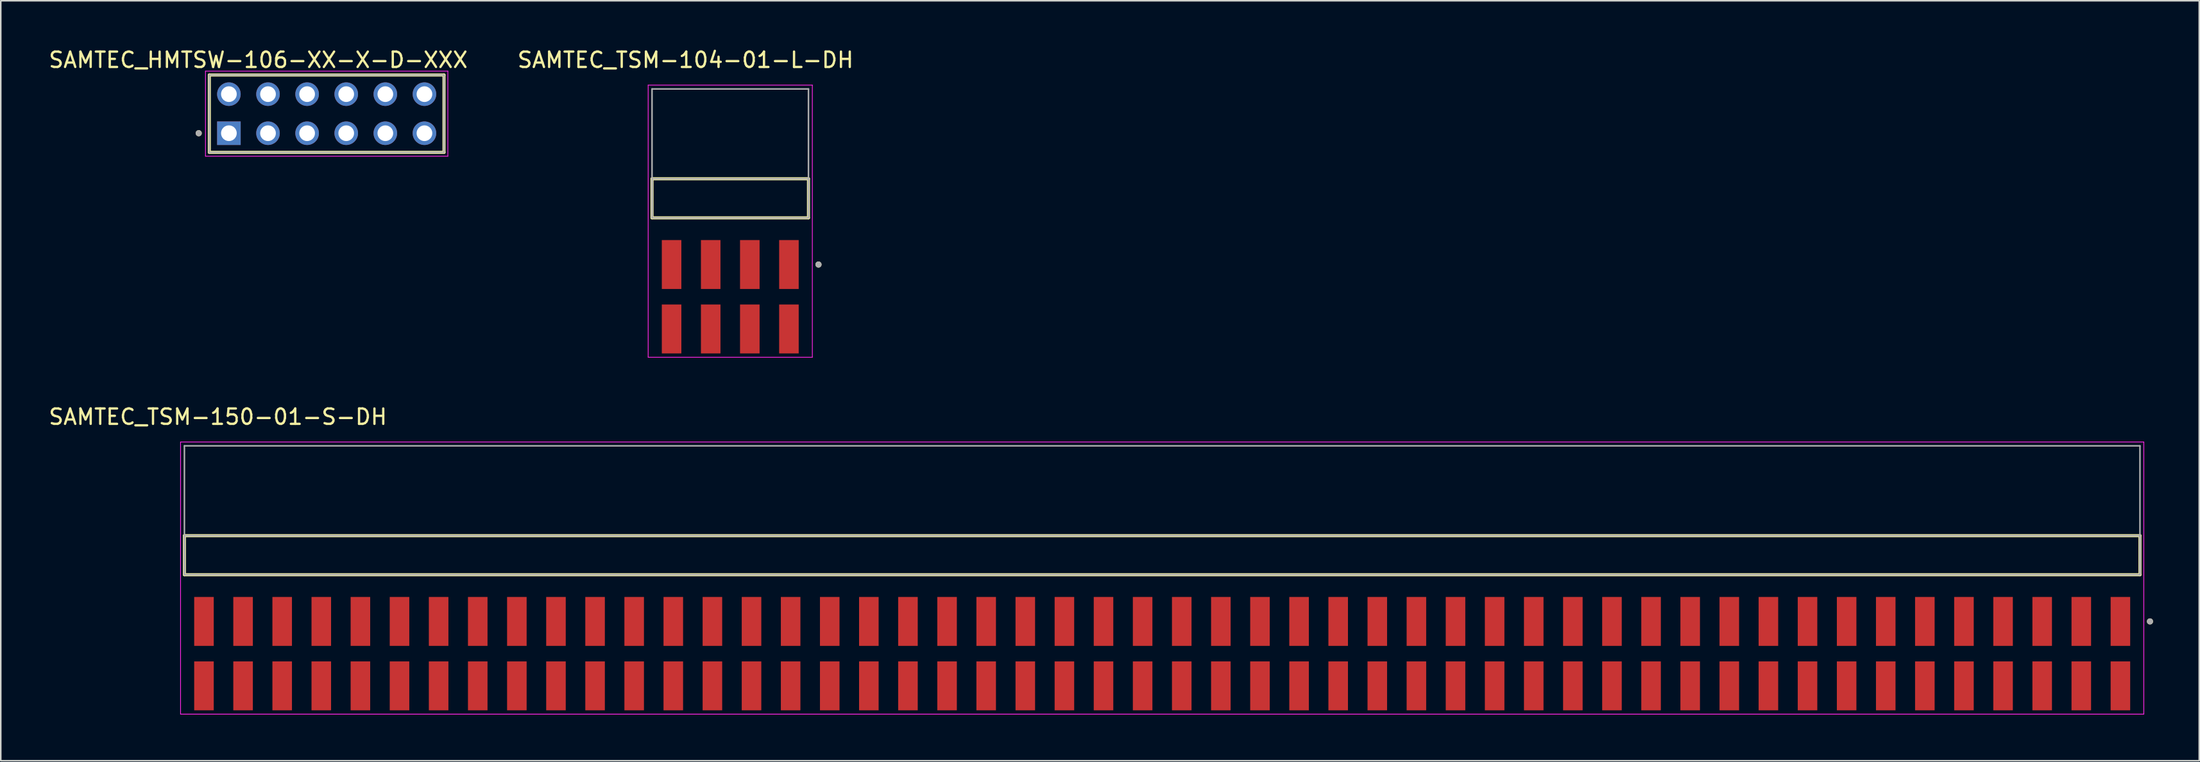
<source format=kicad_pcb>
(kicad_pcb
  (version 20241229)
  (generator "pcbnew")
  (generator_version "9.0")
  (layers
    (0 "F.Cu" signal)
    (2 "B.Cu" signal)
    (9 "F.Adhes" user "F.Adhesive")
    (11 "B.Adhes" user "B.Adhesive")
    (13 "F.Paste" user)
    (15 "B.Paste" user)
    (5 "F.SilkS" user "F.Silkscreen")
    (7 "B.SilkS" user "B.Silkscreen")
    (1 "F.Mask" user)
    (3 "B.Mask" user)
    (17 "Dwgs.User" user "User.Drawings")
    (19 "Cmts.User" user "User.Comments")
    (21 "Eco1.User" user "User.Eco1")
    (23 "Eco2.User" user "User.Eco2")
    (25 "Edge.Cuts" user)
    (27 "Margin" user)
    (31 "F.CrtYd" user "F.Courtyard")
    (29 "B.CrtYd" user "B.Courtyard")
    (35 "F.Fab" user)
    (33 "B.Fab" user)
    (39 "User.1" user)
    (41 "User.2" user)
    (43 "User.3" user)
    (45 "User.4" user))
  (footprint "SAMTEC_TSM-150-01-S-DH"
    (layer "F.Cu")
    (at 72.426 33.047)
    (property "Reference" "SAMTEC_TSM-150-01-S-DH" (at -61.325 -8.995 0) (layer "F.SilkS") (effects (font (size 1 1) (thickness 0.15))))
    (attr smd)
    (fp_line (start -63.5 1.27) (end -63.5 -1.27) (stroke (width 0.2) (type solid)) (layer "F.SilkS"))
    (fp_line (start 63.5 -1.27) (end -63.5 -1.27) (stroke (width 0.2) (type solid)) (layer "F.SilkS"))
    (fp_line (start 63.5 -1.27) (end 63.5 1.27) (stroke (width 0.2) (type solid)) (layer "F.SilkS"))
    (fp_line (start 63.5 1.27) (end -63.5 1.27) (stroke (width 0.2) (type solid)) (layer "F.SilkS"))
    (fp_circle (center 64.15 4.305) (end 64.25 4.305) (stroke (width 0.2) (type solid)) (fill no) (layer "F.SilkS"))
    (fp_line (start -63.75 -7.36) (end 63.75 -7.36) (stroke (width 0.05) (type solid)) (layer "F.CrtYd"))
    (fp_line (start -63.75 10.335) (end -63.75 -7.36) (stroke (width 0.05) (type solid)) (layer "F.CrtYd"))
    (fp_line (start 63.75 -7.36) (end 63.75 10.335) (stroke (width 0.05) (type solid)) (layer "F.CrtYd"))
    (fp_line (start 63.75 10.335) (end -63.75 10.335) (stroke (width 0.05) (type solid)) (layer "F.CrtYd"))
    (fp_line (start -63.5 -7.11) (end 63.5 -7.11) (stroke (width 0.1) (type solid)) (layer "F.Fab"))
    (fp_line (start -63.5 -1.27) (end 63.5 -1.27) (stroke (width 0.1) (type solid)) (layer "F.Fab"))
    (fp_line (start -63.5 1.27) (end -63.5 -7.11) (stroke (width 0.1) (type solid)) (layer "F.Fab"))
    (fp_line (start -63.5 1.27) (end -63.5 -1.27) (stroke (width 0.1) (type solid)) (layer "F.Fab"))
    (fp_line (start 63.5 -7.11) (end 63.5 1.27) (stroke (width 0.1) (type solid)) (layer "F.Fab"))
    (fp_line (start 63.5 -1.27) (end 63.5 1.27) (stroke (width 0.1) (type solid)) (layer "F.Fab"))
    (fp_line (start 63.5 1.27) (end -63.5 1.27) (stroke (width 0.1) (type solid)) (layer "F.Fab"))
    (fp_circle (center 64.15 4.305) (end 64.25 4.305) (stroke (width 0.2) (type solid)) (fill no) (layer "F.Fab"))
    (pad "01" smd rect (at 62.23 4.305) (size 1.27 3.18) (layers "F.Cu" "F.Mask" "F.Paste"))
    (pad "02" smd rect (at 62.23 8.495) (size 1.27 3.18) (layers "F.Cu" "F.Mask" "F.Paste"))
    (pad "03" smd rect (at 59.69 4.305) (size 1.27 3.18) (layers "F.Cu" "F.Mask" "F.Paste"))
    (pad "04" smd rect (at 59.69 8.495) (size 1.27 3.18) (layers "F.Cu" "F.Mask" "F.Paste"))
    (pad "05" smd rect (at 57.15 4.305) (size 1.27 3.18) (layers "F.Cu" "F.Mask" "F.Paste"))
    (pad "06" smd rect (at 57.15 8.495) (size 1.27 3.18) (layers "F.Cu" "F.Mask" "F.Paste"))
    (pad "07" smd rect (at 54.61 4.305) (size 1.27 3.18) (layers "F.Cu" "F.Mask" "F.Paste"))
    (pad "08" smd rect (at 54.61 8.495) (size 1.27 3.18) (layers "F.Cu" "F.Mask" "F.Paste"))
    (pad "09" smd rect (at 52.07 4.305) (size 1.27 3.18) (layers "F.Cu" "F.Mask" "F.Paste"))
    (pad "10" smd rect (at 52.07 8.495) (size 1.27 3.18) (layers "F.Cu" "F.Mask" "F.Paste"))
    (pad "11" smd rect (at 49.53 4.305) (size 1.27 3.18) (layers "F.Cu" "F.Mask" "F.Paste"))
    (pad "12" smd rect (at 49.53 8.495) (size 1.27 3.18) (layers "F.Cu" "F.Mask" "F.Paste"))
    (pad "13" smd rect (at 46.99 4.305) (size 1.27 3.18) (layers "F.Cu" "F.Mask" "F.Paste"))
    (pad "14" smd rect (at 46.99 8.495) (size 1.27 3.18) (layers "F.Cu" "F.Mask" "F.Paste"))
    (pad "15" smd rect (at 44.45 4.305) (size 1.27 3.18) (layers "F.Cu" "F.Mask" "F.Paste"))
    (pad "16" smd rect (at 44.45 8.495) (size 1.27 3.18) (layers "F.Cu" "F.Mask" "F.Paste"))
    (pad "17" smd rect (at 41.91 4.305) (size 1.27 3.18) (layers "F.Cu" "F.Mask" "F.Paste"))
    (pad "18" smd rect (at 41.91 8.495) (size 1.27 3.18) (layers "F.Cu" "F.Mask" "F.Paste"))
    (pad "19" smd rect (at 39.37 4.305) (size 1.27 3.18) (layers "F.Cu" "F.Mask" "F.Paste"))
    (pad "20" smd rect (at 39.37 8.495) (size 1.27 3.18) (layers "F.Cu" "F.Mask" "F.Paste"))
    (pad "21" smd rect (at 36.83 4.305) (size 1.27 3.18) (layers "F.Cu" "F.Mask" "F.Paste"))
    (pad "22" smd rect (at 36.83 8.495) (size 1.27 3.18) (layers "F.Cu" "F.Mask" "F.Paste"))
    (pad "23" smd rect (at 34.29 4.305) (size 1.27 3.18) (layers "F.Cu" "F.Mask" "F.Paste"))
    (pad "24" smd rect (at 34.29 8.495) (size 1.27 3.18) (layers "F.Cu" "F.Mask" "F.Paste"))
    (pad "25" smd rect (at 31.75 4.305) (size 1.27 3.18) (layers "F.Cu" "F.Mask" "F.Paste"))
    (pad "26" smd rect (at 31.75 8.495) (size 1.27 3.18) (layers "F.Cu" "F.Mask" "F.Paste"))
    (pad "27" smd rect (at 29.21 4.305) (size 1.27 3.18) (layers "F.Cu" "F.Mask" "F.Paste"))
    (pad "28" smd rect (at 29.21 8.495) (size 1.27 3.18) (layers "F.Cu" "F.Mask" "F.Paste"))
    (pad "29" smd rect (at 26.67 4.305) (size 1.27 3.18) (layers "F.Cu" "F.Mask" "F.Paste"))
    (pad "30" smd rect (at 26.67 8.495) (size 1.27 3.18) (layers "F.Cu" "F.Mask" "F.Paste"))
    (pad "31" smd rect (at 24.13 4.305) (size 1.27 3.18) (layers "F.Cu" "F.Mask" "F.Paste"))
    (pad "32" smd rect (at 24.13 8.495) (size 1.27 3.18) (layers "F.Cu" "F.Mask" "F.Paste"))
    (pad "33" smd rect (at 21.59 4.305) (size 1.27 3.18) (layers "F.Cu" "F.Mask" "F.Paste"))
    (pad "34" smd rect (at 21.59 8.495) (size 1.27 3.18) (layers "F.Cu" "F.Mask" "F.Paste"))
    (pad "35" smd rect (at 19.05 4.305) (size 1.27 3.18) (layers "F.Cu" "F.Mask" "F.Paste"))
    (pad "36" smd rect (at 19.05 8.495) (size 1.27 3.18) (layers "F.Cu" "F.Mask" "F.Paste"))
    (pad "37" smd rect (at 16.51 4.305) (size 1.27 3.18) (layers "F.Cu" "F.Mask" "F.Paste"))
    (pad "38" smd rect (at 16.51 8.495) (size 1.27 3.18) (layers "F.Cu" "F.Mask" "F.Paste"))
    (pad "39" smd rect (at 13.97 4.305) (size 1.27 3.18) (layers "F.Cu" "F.Mask" "F.Paste"))
    (pad "40" smd rect (at 13.97 8.495) (size 1.27 3.18) (layers "F.Cu" "F.Mask" "F.Paste"))
    (pad "41" smd rect (at 11.43 4.305) (size 1.27 3.18) (layers "F.Cu" "F.Mask" "F.Paste"))
    (pad "42" smd rect (at 11.43 8.495) (size 1.27 3.18) (layers "F.Cu" "F.Mask" "F.Paste"))
    (pad "43" smd rect (at 8.89 4.305) (size 1.27 3.18) (layers "F.Cu" "F.Mask" "F.Paste"))
    (pad "44" smd rect (at 8.89 8.495) (size 1.27 3.18) (layers "F.Cu" "F.Mask" "F.Paste"))
    (pad "45" smd rect (at 6.35 4.305) (size 1.27 3.18) (layers "F.Cu" "F.Mask" "F.Paste"))
    (pad "46" smd rect (at 6.35 8.495) (size 1.27 3.18) (layers "F.Cu" "F.Mask" "F.Paste"))
    (pad "47" smd rect (at 3.81 4.305) (size 1.27 3.18) (layers "F.Cu" "F.Mask" "F.Paste"))
    (pad "48" smd rect (at 3.81 8.495) (size 1.27 3.18) (layers "F.Cu" "F.Mask" "F.Paste"))
    (pad "49" smd rect (at 1.27 4.305) (size 1.27 3.18) (layers "F.Cu" "F.Mask" "F.Paste"))
    (pad "50" smd rect (at 1.27 8.495) (size 1.27 3.18) (layers "F.Cu" "F.Mask" "F.Paste"))
    (pad "51" smd rect (at -1.27 4.305) (size 1.27 3.18) (layers "F.Cu" "F.Mask" "F.Paste"))
    (pad "52" smd rect (at -1.27 8.495) (size 1.27 3.18) (layers "F.Cu" "F.Mask" "F.Paste"))
    (pad "53" smd rect (at -3.81 4.305) (size 1.27 3.18) (layers "F.Cu" "F.Mask" "F.Paste"))
    (pad "54" smd rect (at -3.81 8.495) (size 1.27 3.18) (layers "F.Cu" "F.Mask" "F.Paste"))
    (pad "55" smd rect (at -6.35 4.305) (size 1.27 3.18) (layers "F.Cu" "F.Mask" "F.Paste"))
    (pad "56" smd rect (at -6.35 8.495) (size 1.27 3.18) (layers "F.Cu" "F.Mask" "F.Paste"))
    (pad "57" smd rect (at -8.89 4.305) (size 1.27 3.18) (layers "F.Cu" "F.Mask" "F.Paste"))
    (pad "58" smd rect (at -8.89 8.495) (size 1.27 3.18) (layers "F.Cu" "F.Mask" "F.Paste"))
    (pad "59" smd rect (at -11.43 4.305) (size 1.27 3.18) (layers "F.Cu" "F.Mask" "F.Paste"))
    (pad "60" smd rect (at -11.43 8.495) (size 1.27 3.18) (layers "F.Cu" "F.Mask" "F.Paste"))
    (pad "61" smd rect (at -13.97 4.305) (size 1.27 3.18) (layers "F.Cu" "F.Mask" "F.Paste"))
    (pad "62" smd rect (at -13.97 8.495) (size 1.27 3.18) (layers "F.Cu" "F.Mask" "F.Paste"))
    (pad "63" smd rect (at -16.51 4.305) (size 1.27 3.18) (layers "F.Cu" "F.Mask" "F.Paste"))
    (pad "64" smd rect (at -16.51 8.495) (size 1.27 3.18) (layers "F.Cu" "F.Mask" "F.Paste"))
    (pad "65" smd rect (at -19.05 4.305) (size 1.27 3.18) (layers "F.Cu" "F.Mask" "F.Paste"))
    (pad "66" smd rect (at -19.05 8.495) (size 1.27 3.18) (layers "F.Cu" "F.Mask" "F.Paste"))
    (pad "67" smd rect (at -21.59 4.305) (size 1.27 3.18) (layers "F.Cu" "F.Mask" "F.Paste"))
    (pad "68" smd rect (at -21.59 8.495) (size 1.27 3.18) (layers "F.Cu" "F.Mask" "F.Paste"))
    (pad "69" smd rect (at -24.13 4.305) (size 1.27 3.18) (layers "F.Cu" "F.Mask" "F.Paste"))
    (pad "70" smd rect (at -24.13 8.495) (size 1.27 3.18) (layers "F.Cu" "F.Mask" "F.Paste"))
    (pad "71" smd rect (at -26.67 4.305) (size 1.27 3.18) (layers "F.Cu" "F.Mask" "F.Paste"))
    (pad "72" smd rect (at -26.67 8.495) (size 1.27 3.18) (layers "F.Cu" "F.Mask" "F.Paste"))
    (pad "73" smd rect (at -29.21 4.305) (size 1.27 3.18) (layers "F.Cu" "F.Mask" "F.Paste"))
    (pad "74" smd rect (at -29.21 8.495) (size 1.27 3.18) (layers "F.Cu" "F.Mask" "F.Paste"))
    (pad "75" smd rect (at -31.75 4.305) (size 1.27 3.18) (layers "F.Cu" "F.Mask" "F.Paste"))
    (pad "76" smd rect (at -31.75 8.495) (size 1.27 3.18) (layers "F.Cu" "F.Mask" "F.Paste"))
    (pad "77" smd rect (at -34.29 4.305) (size 1.27 3.18) (layers "F.Cu" "F.Mask" "F.Paste"))
    (pad "78" smd rect (at -34.29 8.495) (size 1.27 3.18) (layers "F.Cu" "F.Mask" "F.Paste"))
    (pad "79" smd rect (at -36.83 4.305) (size 1.27 3.18) (layers "F.Cu" "F.Mask" "F.Paste"))
    (pad "80" smd rect (at -36.83 8.495) (size 1.27 3.18) (layers "F.Cu" "F.Mask" "F.Paste"))
    (pad "81" smd rect (at -39.37 4.305) (size 1.27 3.18) (layers "F.Cu" "F.Mask" "F.Paste"))
    (pad "82" smd rect (at -39.37 8.495) (size 1.27 3.18) (layers "F.Cu" "F.Mask" "F.Paste"))
    (pad "83" smd rect (at -41.91 4.305) (size 1.27 3.18) (layers "F.Cu" "F.Mask" "F.Paste"))
    (pad "84" smd rect (at -41.91 8.495) (size 1.27 3.18) (layers "F.Cu" "F.Mask" "F.Paste"))
    (pad "85" smd rect (at -44.45 4.305) (size 1.27 3.18) (layers "F.Cu" "F.Mask" "F.Paste"))
    (pad "86" smd rect (at -44.45 8.495) (size 1.27 3.18) (layers "F.Cu" "F.Mask" "F.Paste"))
    (pad "87" smd rect (at -46.99 4.305) (size 1.27 3.18) (layers "F.Cu" "F.Mask" "F.Paste"))
    (pad "88" smd rect (at -46.99 8.495) (size 1.27 3.18) (layers "F.Cu" "F.Mask" "F.Paste"))
    (pad "89" smd rect (at -49.53 4.305) (size 1.27 3.18) (layers "F.Cu" "F.Mask" "F.Paste"))
    (pad "90" smd rect (at -49.53 8.495) (size 1.27 3.18) (layers "F.Cu" "F.Mask" "F.Paste"))
    (pad "91" smd rect (at -52.07 4.305) (size 1.27 3.18) (layers "F.Cu" "F.Mask" "F.Paste"))
    (pad "92" smd rect (at -52.07 8.495) (size 1.27 3.18) (layers "F.Cu" "F.Mask" "F.Paste"))
    (pad "93" smd rect (at -54.61 4.305) (size 1.27 3.18) (layers "F.Cu" "F.Mask" "F.Paste"))
    (pad "94" smd rect (at -54.61 8.495) (size 1.27 3.18) (layers "F.Cu" "F.Mask" "F.Paste"))
    (pad "95" smd rect (at -57.15 4.305) (size 1.27 3.18) (layers "F.Cu" "F.Mask" "F.Paste"))
    (pad "96" smd rect (at -57.15 8.495) (size 1.27 3.18) (layers "F.Cu" "F.Mask" "F.Paste"))
    (pad "97" smd rect (at -59.69 4.305) (size 1.27 3.18) (layers "F.Cu" "F.Mask" "F.Paste"))
    (pad "98" smd rect (at -59.69 8.495) (size 1.27 3.18) (layers "F.Cu" "F.Mask" "F.Paste"))
    (pad "99" smd rect (at -62.23 4.305) (size 1.27 3.18) (layers "F.Cu" "F.Mask" "F.Paste"))
    (pad "100" smd rect (at -62.23 8.495) (size 1.27 3.18) (layers "F.Cu" "F.Mask" "F.Paste")))
  (footprint "SAMTEC_TSM-104-01-L-DH"
    (layer "F.Cu")
    (at 44.375 9.843)
    (property "Reference" "SAMTEC_TSM-104-01-L-DH" (at -2.905 -8.995 0) (layer "F.SilkS") (effects (font (size 1 1) (thickness 0.15))))
    (attr smd)
    (fp_line (start -5.08 1.27) (end -5.08 -1.27) (stroke (width 0.2) (type solid)) (layer "F.SilkS"))
    (fp_line (start 5.08 -1.27) (end -5.08 -1.27) (stroke (width 0.2) (type solid)) (layer "F.SilkS"))
    (fp_line (start 5.08 -1.27) (end 5.08 1.27) (stroke (width 0.2) (type solid)) (layer "F.SilkS"))
    (fp_line (start 5.08 1.27) (end -5.08 1.27) (stroke (width 0.2) (type solid)) (layer "F.SilkS"))
    (fp_circle (center 5.73 4.305) (end 5.83 4.305) (stroke (width 0.2) (type solid)) (fill no) (layer "F.SilkS"))
    (fp_line (start -5.33 -7.36) (end 5.33 -7.36) (stroke (width 0.05) (type solid)) (layer "F.CrtYd"))
    (fp_line (start -5.33 10.335) (end -5.33 -7.36) (stroke (width 0.05) (type solid)) (layer "F.CrtYd"))
    (fp_line (start 5.33 -7.36) (end 5.33 10.335) (stroke (width 0.05) (type solid)) (layer "F.CrtYd"))
    (fp_line (start 5.33 10.335) (end -5.33 10.335) (stroke (width 0.05) (type solid)) (layer "F.CrtYd"))
    (fp_line (start -5.08 -7.11) (end 5.08 -7.11) (stroke (width 0.1) (type solid)) (layer "F.Fab"))
    (fp_line (start -5.08 -1.27) (end 5.08 -1.27) (stroke (width 0.1) (type solid)) (layer "F.Fab"))
    (fp_line (start -5.08 1.27) (end -5.08 -7.11) (stroke (width 0.1) (type solid)) (layer "F.Fab"))
    (fp_line (start -5.08 1.27) (end -5.08 -1.27) (stroke (width 0.1) (type solid)) (layer "F.Fab"))
    (fp_line (start 5.08 -7.11) (end 5.08 1.27) (stroke (width 0.1) (type solid)) (layer "F.Fab"))
    (fp_line (start 5.08 -1.27) (end 5.08 1.27) (stroke (width 0.1) (type solid)) (layer "F.Fab"))
    (fp_line (start 5.08 1.27) (end -5.08 1.27) (stroke (width 0.1) (type solid)) (layer "F.Fab"))
    (fp_circle (center 5.73 4.305) (end 5.83 4.305) (stroke (width 0.2) (type solid)) (fill no) (layer "F.Fab"))
    (pad "01" smd rect (at 3.81 4.305) (size 1.27 3.18) (layers "F.Cu" "F.Mask" "F.Paste"))
    (pad "02" smd rect (at 3.81 8.495) (size 1.27 3.18) (layers "F.Cu" "F.Mask" "F.Paste"))
    (pad "03" smd rect (at 1.27 4.305) (size 1.27 3.18) (layers "F.Cu" "F.Mask" "F.Paste"))
    (pad "04" smd rect (at 1.27 8.495) (size 1.27 3.18) (layers "F.Cu" "F.Mask" "F.Paste"))
    (pad "05" smd rect (at -1.27 4.305) (size 1.27 3.18) (layers "F.Cu" "F.Mask" "F.Paste"))
    (pad "06" smd rect (at -1.27 8.495) (size 1.27 3.18) (layers "F.Cu" "F.Mask" "F.Paste"))
    (pad "07" smd rect (at -3.81 4.305) (size 1.27 3.18) (layers "F.Cu" "F.Mask" "F.Paste"))
    (pad "08" smd rect (at -3.81 8.495) (size 1.27 3.18) (layers "F.Cu" "F.Mask" "F.Paste")))
  (footprint "SAMTEC_HMTSW-106-XX-X-D-XXX"
    (layer "F.Cu")
    (at 18.165 4.341)
    (property "Reference" "SAMTEC_HMTSW-106-XX-X-D-XXX" (at -4.445 -3.493 0) (layer "F.SilkS") (effects (font (size 1 1) (thickness 0.15))))
    (attr through_hole)
    (fp_line (start -7.62 -2.515) (end -7.62 2.515) (stroke (width 0.2) (type solid)) (layer "F.SilkS"))
    (fp_line (start -7.62 2.515) (end 7.62 2.515) (stroke (width 0.2) (type solid)) (layer "F.SilkS"))
    (fp_line (start 7.62 -2.515) (end -7.62 -2.515) (stroke (width 0.2) (type solid)) (layer "F.SilkS"))
    (fp_line (start 7.62 2.515) (end 7.62 -2.515) (stroke (width 0.2) (type solid)) (layer "F.SilkS"))
    (fp_circle (center -8.31 1.27) (end -8.21 1.27) (stroke (width 0.2) (type solid)) (fill no) (layer "F.SilkS"))
    (fp_line (start -7.87 -2.765) (end 7.87 -2.765) (stroke (width 0.05) (type solid)) (layer "F.CrtYd"))
    (fp_line (start -7.87 2.765) (end -7.87 -2.765) (stroke (width 0.05) (type solid)) (layer "F.CrtYd"))
    (fp_line (start 7.87 -2.765) (end 7.87 2.765) (stroke (width 0.05) (type solid)) (layer "F.CrtYd"))
    (fp_line (start 7.87 2.765) (end -7.87 2.765) (stroke (width 0.05) (type solid)) (layer "F.CrtYd"))
    (fp_line (start -7.62 -2.515) (end 7.62 -2.515) (stroke (width 0.1) (type solid)) (layer "F.Fab"))
    (fp_line (start -7.62 2.515) (end -7.62 -2.515) (stroke (width 0.1) (type solid)) (layer "F.Fab"))
    (fp_line (start 7.62 -2.515) (end 7.62 2.515) (stroke (width 0.1) (type solid)) (layer "F.Fab"))
    (fp_line (start 7.62 2.515) (end -7.62 2.515) (stroke (width 0.1) (type solid)) (layer "F.Fab"))
    (fp_circle (center -8.31 1.27) (end -8.21 1.27) (stroke (width 0.2) (type solid)) (fill no) (layer "F.Fab"))
    (pad "01" thru_hole rect (at -6.35 1.27) (size 1.53 1.53) (drill 1.02) (layers "*.Cu" "*.Mask"))
    (pad "02" thru_hole circle (at -6.35 -1.27) (size 1.53 1.53) (drill 1.02) (layers "*.Cu" "*.Mask"))
    (pad "03" thru_hole circle (at -3.81 1.27) (size 1.53 1.53) (drill 1.02) (layers "*.Cu" "*.Mask"))
    (pad "04" thru_hole circle (at -3.81 -1.27) (size 1.53 1.53) (drill 1.02) (layers "*.Cu" "*.Mask"))
    (pad "05" thru_hole circle (at -1.27 1.27) (size 1.53 1.53) (drill 1.02) (layers "*.Cu" "*.Mask"))
    (pad "06" thru_hole circle (at -1.27 -1.27) (size 1.53 1.53) (drill 1.02) (layers "*.Cu" "*.Mask"))
    (pad "07" thru_hole circle (at 1.27 1.27) (size 1.53 1.53) (drill 1.02) (layers "*.Cu" "*.Mask"))
    (pad "08" thru_hole circle (at 1.27 -1.27) (size 1.53 1.53) (drill 1.02) (layers "*.Cu" "*.Mask"))
    (pad "09" thru_hole circle (at 3.81 1.27) (size 1.53 1.53) (drill 1.02) (layers "*.Cu" "*.Mask"))
    (pad "10" thru_hole circle (at 3.81 -1.27) (size 1.53 1.53) (drill 1.02) (layers "*.Cu" "*.Mask"))
    (pad "11" thru_hole circle (at 6.35 1.27) (size 1.53 1.53) (drill 1.02) (layers "*.Cu" "*.Mask"))
    (pad "12" thru_hole circle (at 6.35 -1.27) (size 1.53 1.53) (drill 1.02) (layers "*.Cu" "*.Mask")))
  (gr_rect
    (start -3 -3)
    (end 139.776 46.407)
    (stroke (width 0.1) (type default))
    (fill no)
    (layer "Edge.Cuts")))
</source>
